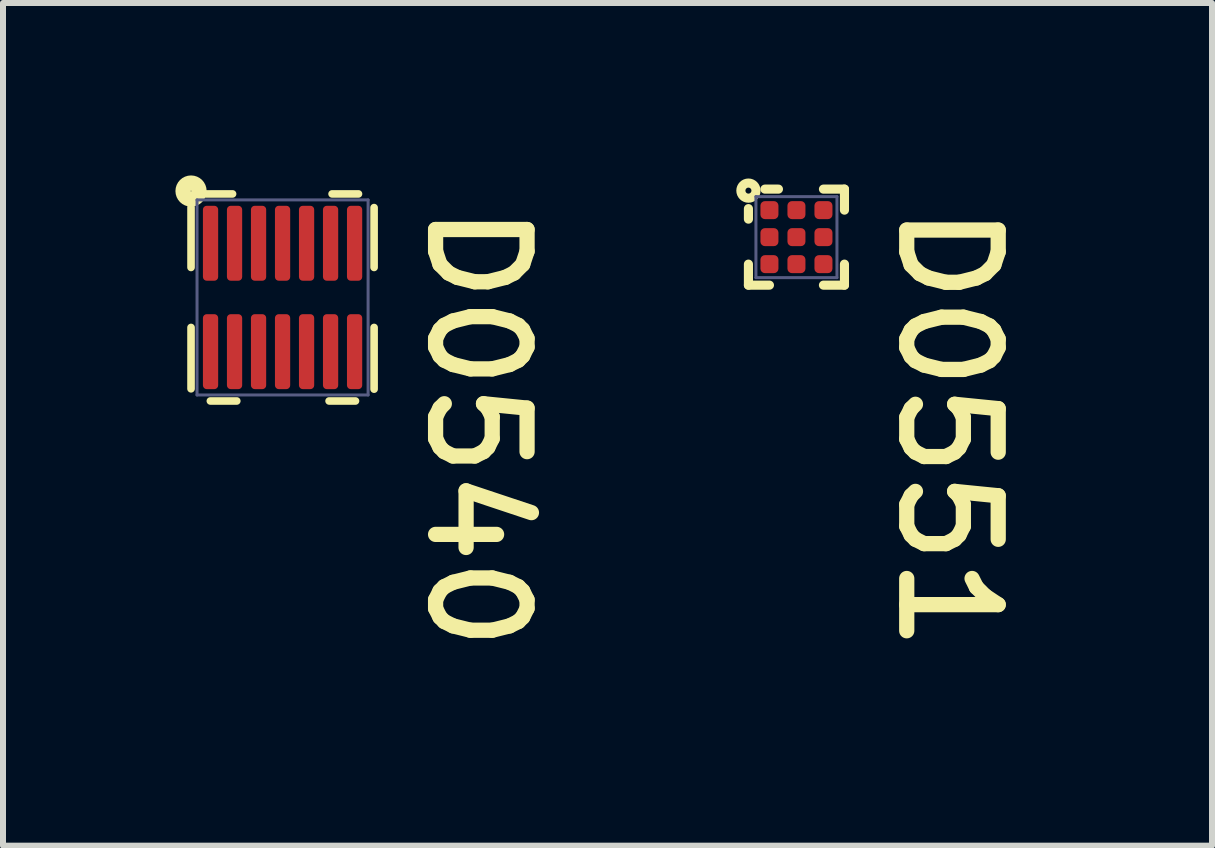
<source format=kicad_pcb>
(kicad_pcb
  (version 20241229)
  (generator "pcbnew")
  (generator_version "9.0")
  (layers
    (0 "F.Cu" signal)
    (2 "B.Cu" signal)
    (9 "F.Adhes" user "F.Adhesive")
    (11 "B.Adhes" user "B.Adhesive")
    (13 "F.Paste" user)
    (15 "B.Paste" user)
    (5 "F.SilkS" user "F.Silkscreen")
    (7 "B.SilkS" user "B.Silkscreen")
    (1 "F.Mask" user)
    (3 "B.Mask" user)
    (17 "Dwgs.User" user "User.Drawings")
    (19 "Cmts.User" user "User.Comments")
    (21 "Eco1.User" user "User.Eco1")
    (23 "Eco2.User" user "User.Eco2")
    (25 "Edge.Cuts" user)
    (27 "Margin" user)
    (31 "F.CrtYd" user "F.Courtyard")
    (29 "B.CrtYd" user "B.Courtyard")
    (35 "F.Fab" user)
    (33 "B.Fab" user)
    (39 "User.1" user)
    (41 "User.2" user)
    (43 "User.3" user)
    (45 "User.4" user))
  (footprint "D0551"
    (layer "F.Cu")
    (at 10.22 0.901)
    (property "Reference" "D0551" (at 1.638 -0.648 270) (unlocked yes) (layer "F.SilkS") (effects (font (size 1.524 1.524) (thickness 0.254)) (justify left bottom)))
    (attr smd)
    (fp_poly (pts (xy -0.381 -0.381) (xy -0.381 -0.519) (xy -0.519 -0.519) (xy -0.519 -0.381)) (stroke (width 0.068) (type solid)) (fill yes) (layer "F.Mask"))
    (fp_poly (pts (xy -0.381 0.069) (xy -0.381 -0.069) (xy -0.519 -0.069) (xy -0.519 0.069)) (stroke (width 0.068) (type solid)) (fill yes) (layer "F.Mask"))
    (fp_poly (pts (xy -0.381 0.519) (xy -0.381 0.381) (xy -0.519 0.381) (xy -0.519 0.519)) (stroke (width 0.068) (type solid)) (fill yes) (layer "F.Mask"))
    (fp_poly (pts (xy 0.069 -0.381) (xy 0.069 -0.519) (xy -0.069 -0.519) (xy -0.069 -0.381)) (stroke (width 0.068) (type solid)) (fill yes) (layer "F.Mask"))
    (fp_poly (pts (xy 0.069 0.069) (xy 0.069 -0.069) (xy -0.069 -0.069) (xy -0.069 0.069)) (stroke (width 0.068) (type solid)) (fill yes) (layer "F.Mask"))
    (fp_poly (pts (xy 0.069 0.519) (xy 0.069 0.381) (xy -0.069 0.381) (xy -0.069 0.519)) (stroke (width 0.068) (type solid)) (fill yes) (layer "F.Mask"))
    (fp_poly (pts (xy 0.519 -0.381) (xy 0.519 -0.519) (xy 0.381 -0.519) (xy 0.381 -0.381)) (stroke (width 0.068) (type solid)) (fill yes) (layer "F.Mask"))
    (fp_poly (pts (xy 0.519 0.069) (xy 0.519 -0.069) (xy 0.381 -0.069) (xy 0.381 0.069)) (stroke (width 0.068) (type solid)) (fill yes) (layer "F.Mask"))
    (fp_poly (pts (xy 0.519 0.519) (xy 0.519 0.381) (xy 0.381 0.381) (xy 0.381 0.519)) (stroke (width 0.068) (type solid)) (fill yes) (layer "F.Mask"))
    (fp_line (start -0.8 -0.475) (end -0.8 -0.3) (stroke (width 0.152) (type solid)) (layer "F.SilkS"))
    (fp_line (start -0.8 0.45) (end -0.8 0.8) (stroke (width 0.152) (type solid)) (layer "F.SilkS"))
    (fp_line (start -0.8 0.8) (end -0.45 0.8) (stroke (width 0.152) (type solid)) (layer "F.SilkS"))
    (fp_line (start -0.525 -0.8) (end -0.3 -0.8) (stroke (width 0.152) (type solid)) (layer "F.SilkS"))
    (fp_line (start 0.45 -0.8) (end 0.8 -0.8) (stroke (width 0.152) (type solid)) (layer "F.SilkS"))
    (fp_line (start 0.45 0.8) (end 0.8 0.8) (stroke (width 0.152) (type solid)) (layer "F.SilkS"))
    (fp_line (start 0.8 -0.8) (end 0.8 -0.45) (stroke (width 0.152) (type solid)) (layer "F.SilkS"))
    (fp_line (start 0.8 0.45) (end 0.8 0.8) (stroke (width 0.152) (type solid)) (layer "F.SilkS"))
    (fp_circle (center -0.8 -0.775) (end -0.75 -0.775) (stroke (width 0.152) (type solid)) (fill no) (layer "F.SilkS"))
    (fp_line (start -0.675 -0.675) (end -0.675 0.675) (stroke (width 0.05) (type solid)) (layer "B.Fab"))
    (fp_line (start -0.675 -0.675) (end 0.675 -0.675) (stroke (width 0.05) (type solid)) (layer "B.Fab"))
    (fp_line (start -0.675 0.675) (end 0.675 0.675) (stroke (width 0.05) (type solid)) (layer "B.Fab"))
    (fp_line (start 0.675 -0.675) (end 0.675 0.675) (stroke (width 0.05) (type solid)) (layer "B.Fab"))
    (pad "1" smd roundrect (at -0.45 -0.45) (size 0.3 0.3) (layers "F.Cu" "F.Mask" "F.Paste") (roundrect_rratio 0.25))
    (pad "2" smd roundrect (at -0.45 0) (size 0.3 0.3) (layers "F.Cu" "F.Mask" "F.Paste") (roundrect_rratio 0.25))
    (pad "3" smd roundrect (at -0.45 0.45) (size 0.3 0.3) (layers "F.Cu" "F.Mask" "F.Paste") (roundrect_rratio 0.25))
    (pad "4" smd roundrect (at 0 -0.45) (size 0.3 0.3) (layers "F.Cu" "F.Mask" "F.Paste") (roundrect_rratio 0.25))
    (pad "5" smd roundrect (at 0 0) (size 0.3 0.3) (layers "F.Cu" "F.Mask" "F.Paste") (roundrect_rratio 0.25))
    (pad "6" smd roundrect (at 0 0.45) (size 0.3 0.3) (layers "F.Cu" "F.Mask" "F.Paste") (roundrect_rratio 0.25))
    (pad "7" smd roundrect (at 0.45 -0.45) (size 0.3 0.3) (layers "F.Cu" "F.Mask" "F.Paste") (roundrect_rratio 0.25))
    (pad "8" smd roundrect (at 0.45 0) (size 0.3 0.3) (layers "F.Cu" "F.Mask" "F.Paste") (roundrect_rratio 0.25))
    (pad "9" smd roundrect (at 0.45 0.45) (size 0.3 0.3) (layers "F.Cu" "F.Mask" "F.Paste") (roundrect_rratio 0.25)))
  (footprint "D0540"
    (layer "F.Cu")
    (at 1.658 1.906)
    (property "Reference" "D0540" (at 2.35 -1.662 270) (unlocked yes) (layer "F.SilkS") (effects (font (size 1.524 1.524) (thickness 0.254)) (justify left bottom)))
    (attr smd)
    (fp_line (start -1.2 -1.4) (end -1.2 -0.405) (stroke (width 0.18) (type solid)) (layer "F.Mask"))
    (fp_line (start -1.2 1.401) (end -1.2 0.406) (stroke (width 0.18) (type solid)) (layer "F.Mask"))
    (fp_line (start -0.8 -1.401) (end -0.8 -0.406) (stroke (width 0.18) (type solid)) (layer "F.Mask"))
    (fp_line (start -0.8 1.401) (end -0.8 0.406) (stroke (width 0.18) (type solid)) (layer "F.Mask"))
    (fp_line (start -0.4 -1.401) (end -0.4 -0.406) (stroke (width 0.18) (type solid)) (layer "F.Mask"))
    (fp_line (start -0.4 1.401) (end -0.4 0.406) (stroke (width 0.18) (type solid)) (layer "F.Mask"))
    (fp_line (start 0 -1.401) (end 0 -0.406) (stroke (width 0.18) (type solid)) (layer "F.Mask"))
    (fp_line (start 0 1.401) (end 0 0.406) (stroke (width 0.18) (type solid)) (layer "F.Mask"))
    (fp_line (start 0.4 -1.401) (end 0.4 -0.406) (stroke (width 0.18) (type solid)) (layer "F.Mask"))
    (fp_line (start 0.4 1.401) (end 0.4 0.406) (stroke (width 0.18) (type solid)) (layer "F.Mask"))
    (fp_line (start 0.8 -1.401) (end 0.8 -0.406) (stroke (width 0.18) (type solid)) (layer "F.Mask"))
    (fp_line (start 0.8 1.401) (end 0.8 0.406) (stroke (width 0.18) (type solid)) (layer "F.Mask"))
    (fp_line (start 1.2 -1.401) (end 1.2 -0.406) (stroke (width 0.18) (type solid)) (layer "F.Mask"))
    (fp_line (start 1.2 1.401) (end 1.2 0.406) (stroke (width 0.18) (type solid)) (layer "F.Mask"))
    (fp_line (start -1.525 0.5) (end -1.525 1.522) (stroke (width 0.127) (type solid)) (layer "F.SilkS"))
    (fp_line (start -1.525 -1.5) (end -1.525 -0.5) (stroke (width 0.127) (type solid)) (layer "F.SilkS"))
    (fp_line (start -1.274 -1.725) (end -0.833 -1.725) (stroke (width 0.127) (type solid)) (layer "F.SilkS"))
    (fp_line (start -1.203 1.725) (end -0.763 1.725) (stroke (width 0.127) (type solid)) (layer "F.SilkS"))
    (fp_line (start 0.775 1.725) (end 1.215 1.725) (stroke (width 0.127) (type solid)) (layer "F.SilkS"))
    (fp_line (start 0.825 -1.725) (end 1.265 -1.725) (stroke (width 0.127) (type solid)) (layer "F.SilkS"))
    (fp_line (start 1.525 -1.497) (end 1.525 -0.5) (stroke (width 0.127) (type solid)) (layer "F.SilkS"))
    (fp_line (start 1.525 0.5) (end 1.525 1.528) (stroke (width 0.127) (type solid)) (layer "F.SilkS"))
    (fp_circle (center -1.525 -1.773) (end -1.519 -1.773) (stroke (width 0.254) (type solid)) (fill no) (layer "F.SilkS"))
    (fp_line (start -1.425 -1.625) (end -1.425 1.625) (stroke (width 0.05) (type solid)) (layer "B.Fab"))
    (fp_line (start -1.425 -1.625) (end 1.425 -1.625) (stroke (width 0.05) (type solid)) (layer "B.Fab"))
    (fp_line (start -1.425 1.625) (end 1.425 1.625) (stroke (width 0.05) (type solid)) (layer "B.Fab"))
    (fp_line (start 1.425 -1.625) (end 1.425 1.625) (stroke (width 0.05) (type solid)) (layer "B.Fab"))
    (pad "1" smd roundrect (at -1.2 -0.903) (size 0.254 1.249) (layers "F.Cu" "F.Mask" "F.Paste") (roundrect_rratio 0.25))
    (pad "2" smd roundrect (at -1.2 0.903) (size 0.254 1.249) (layers "F.Cu" "F.Mask" "F.Paste") (roundrect_rratio 0.25))
    (pad "3" smd roundrect (at -0.8 -0.903) (size 0.254 1.249) (layers "F.Cu" "F.Mask" "F.Paste") (roundrect_rratio 0.25))
    (pad "4" smd roundrect (at -0.8 0.903) (size 0.254 1.249) (layers "F.Cu" "F.Mask" "F.Paste") (roundrect_rratio 0.25))
    (pad "5" smd roundrect (at -0.4 -0.903) (size 0.254 1.249) (layers "F.Cu" "F.Mask" "F.Paste") (roundrect_rratio 0.25))
    (pad "6" smd roundrect (at -0.4 0.903) (size 0.254 1.249) (layers "F.Cu" "F.Mask" "F.Paste") (roundrect_rratio 0.25))
    (pad "7" smd roundrect (at 0 -0.903) (size 0.254 1.249) (layers "F.Cu" "F.Mask" "F.Paste") (roundrect_rratio 0.25))
    (pad "8" smd roundrect (at 0 0.903) (size 0.254 1.249) (layers "F.Cu" "F.Mask" "F.Paste") (roundrect_rratio 0.25))
    (pad "9" smd roundrect (at 0.4 -0.903) (size 0.254 1.249) (layers "F.Cu" "F.Mask" "F.Paste") (roundrect_rratio 0.25))
    (pad "10" smd roundrect (at 0.4 0.903) (size 0.254 1.249) (layers "F.Cu" "F.Mask" "F.Paste") (roundrect_rratio 0.25))
    (pad "11" smd roundrect (at 0.8 -0.903) (size 0.254 1.249) (layers "F.Cu" "F.Mask" "F.Paste") (roundrect_rratio 0.25))
    (pad "12" smd roundrect (at 0.8 0.903) (size 0.254 1.249) (layers "F.Cu" "F.Mask" "F.Paste") (roundrect_rratio 0.25))
    (pad "13" smd roundrect (at 1.2 -0.903) (size 0.254 1.249) (layers "F.Cu" "F.Mask" "F.Paste") (roundrect_rratio 0.25))
    (pad "14" smd roundrect (at 1.2 0.903) (size 0.254 1.249) (layers "F.Cu" "F.Mask" "F.Paste") (roundrect_rratio 0.25)))
  (gr_rect
    (start -3 -3)
    (end 17.144 11.04)
    (stroke (width 0.1) (type default))
    (fill no)
    (layer "Edge.Cuts")))
</source>
